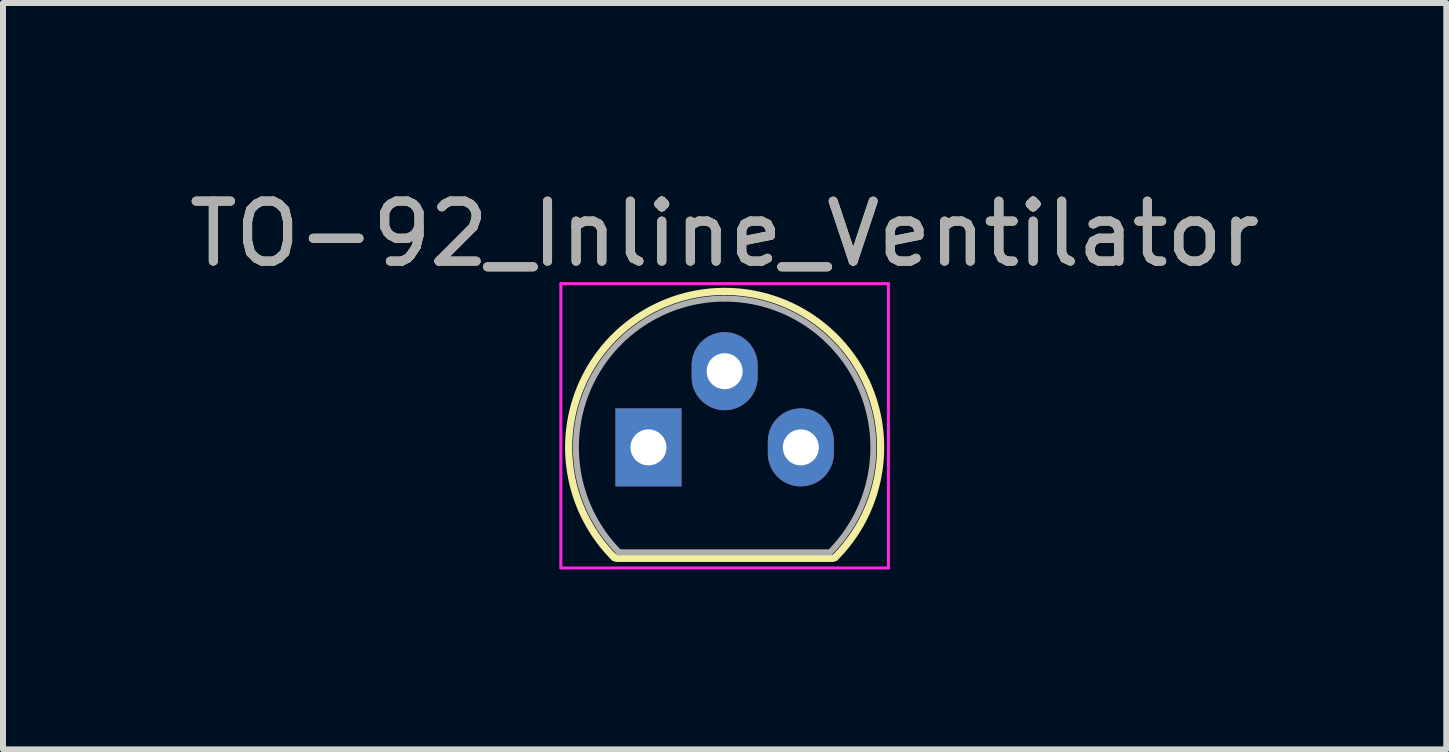
<source format=kicad_pcb>
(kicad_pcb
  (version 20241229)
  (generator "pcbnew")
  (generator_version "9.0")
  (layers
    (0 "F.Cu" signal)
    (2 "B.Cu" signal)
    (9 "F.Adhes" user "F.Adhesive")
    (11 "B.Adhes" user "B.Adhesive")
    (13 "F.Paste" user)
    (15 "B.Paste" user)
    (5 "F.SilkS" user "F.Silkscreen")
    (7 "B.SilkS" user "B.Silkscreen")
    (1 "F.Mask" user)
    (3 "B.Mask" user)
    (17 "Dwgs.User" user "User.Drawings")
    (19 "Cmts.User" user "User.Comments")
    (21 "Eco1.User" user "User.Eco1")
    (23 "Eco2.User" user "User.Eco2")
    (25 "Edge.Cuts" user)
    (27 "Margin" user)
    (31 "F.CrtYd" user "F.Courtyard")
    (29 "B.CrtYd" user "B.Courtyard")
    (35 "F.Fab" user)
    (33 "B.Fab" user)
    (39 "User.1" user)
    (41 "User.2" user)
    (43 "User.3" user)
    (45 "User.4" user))
  (footprint "TO-92_Inline_Ventilator"
    (layer "F.Cu")
    (at 7.76 4.408)
    (property "Reference" "TO-92_Inline_Ventilator" (at 1.27 -3.56 0) (layer "F.SilkS") (effects (font (size 1 1) (thickness 0.15))))
    (attr through_hole)
    (fp_line (start -0.53 1.85) (end 3.07 1.85) (stroke (width 0.12) (type solid)) (layer "F.SilkS"))
    (fp_arc (start -0.568478 1.838478) (mid -1.132087 -0.994977) (end 1.27 -2.6) (stroke (width 0.12) (type solid)) (layer "F.SilkS"))
    (fp_arc (start 1.27 -2.6) (mid 3.672087 -0.994977) (end 3.108478 1.838478) (stroke (width 0.12) (type solid)) (layer "F.SilkS"))
    (fp_line (start -1.46 -2.73) (end -1.46 2.01) (stroke (width 0.05) (type solid)) (layer "F.CrtYd"))
    (fp_line (start -1.46 -2.73) (end 4 -2.73) (stroke (width 0.05) (type solid)) (layer "F.CrtYd"))
    (fp_line (start 4 2.01) (end -1.46 2.01) (stroke (width 0.05) (type solid)) (layer "F.CrtYd"))
    (fp_line (start 4 2.01) (end 4 -2.73) (stroke (width 0.05) (type solid)) (layer "F.CrtYd"))
    (fp_line (start -0.5 1.75) (end 3 1.75) (stroke (width 0.1) (type solid)) (layer "F.Fab"))
    (fp_arc (start -0.483625 1.753625) (mid -1.021221 -0.949055) (end 1.27 -2.48) (stroke (width 0.1) (type solid)) (layer "F.Fab"))
    (fp_arc (start 1.27 -2.48) (mid 3.561221 -0.949055) (end 3.023625 1.753625) (stroke (width 0.1) (type solid)) (layer "F.Fab"))
    (fp_text user "${REFERENCE}" (at 1.27 -3.56 0) (layer "F.Fab") (effects (font (size 1 1) (thickness 0.15))))
    (pad "1" thru_hole rect (at 0 0) (size 1.1 1.3) (drill 0.6) (layers "*.Cu" "*.Mask"))
    (pad "2" thru_hole oval (at 1.27 -1.27) (size 1.1 1.3) (drill 0.6) (layers "*.Cu" "*.Mask"))
    (pad "3" thru_hole oval (at 2.54 0) (size 1.1 1.3) (drill 0.6) (layers "*.Cu" "*.Mask")))
  (gr_rect
    (start -3 -3)
    (end 21.06 9.443)
    (stroke (width 0.1) (type default))
    (fill no)
    (layer "Edge.Cuts")))
</source>
